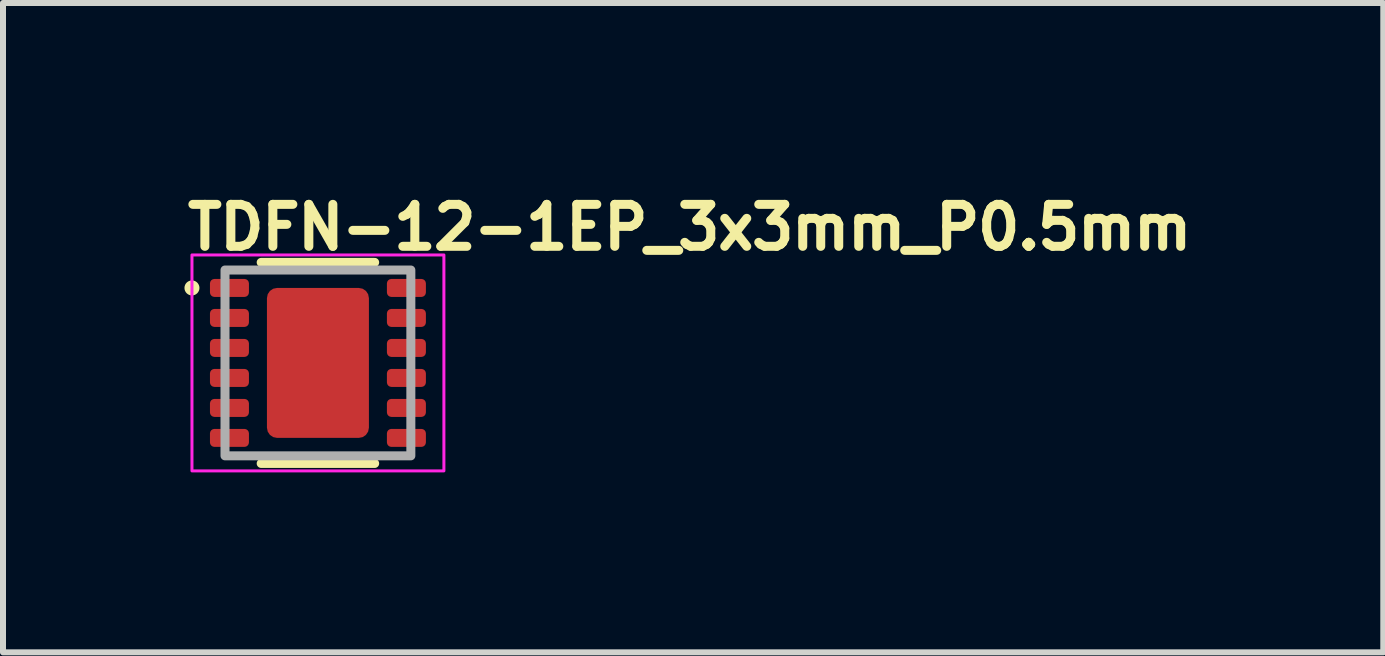
<source format=kicad_pcb>
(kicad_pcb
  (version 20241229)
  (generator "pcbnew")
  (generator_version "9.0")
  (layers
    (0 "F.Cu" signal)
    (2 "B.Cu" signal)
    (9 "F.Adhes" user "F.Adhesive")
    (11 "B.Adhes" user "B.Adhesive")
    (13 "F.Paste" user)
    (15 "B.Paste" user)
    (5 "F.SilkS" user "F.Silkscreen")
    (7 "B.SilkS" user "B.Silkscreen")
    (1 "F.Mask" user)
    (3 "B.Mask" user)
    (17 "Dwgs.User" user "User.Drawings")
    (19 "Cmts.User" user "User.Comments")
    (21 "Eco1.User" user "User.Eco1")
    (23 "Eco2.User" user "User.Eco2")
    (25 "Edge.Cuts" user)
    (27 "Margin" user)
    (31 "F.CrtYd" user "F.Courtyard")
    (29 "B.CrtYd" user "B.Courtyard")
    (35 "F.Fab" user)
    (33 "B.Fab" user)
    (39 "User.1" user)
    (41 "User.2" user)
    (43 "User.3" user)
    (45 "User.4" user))
  (footprint "TDFN-12-1EP_3x3mm_P0.5mm"
    (layer "F.Cu")
    (at 2.25 3)
    (property "Reference" "TDFN-12-1EP_3x3mm_P0.5mm" (at -2.25 -1.85 0) (unlocked yes) (layer "F.SilkS") (effects (font (size 0.7 0.7) (thickness 0.15)) (justify left bottom)))
    (attr smd)
    (fp_line (start -0.946 1.676) (end 0.946 1.676) (stroke (width 0.15) (type solid)) (layer "F.SilkS"))
    (fp_line (start 0.946 -1.676) (end -0.946 -1.676) (stroke (width 0.15) (type solid)) (layer "F.SilkS"))
    (fp_circle (center -2.1 -1.25) (end -2.05 -1.25) (stroke (width 0.15) (type solid)) (fill yes) (layer "F.SilkS"))
    (fp_rect (start -2.1 -1.8) (end 2.1 1.8) (stroke (width 0.05) (type solid)) (fill no) (layer "F.CrtYd"))
    (fp_rect (start -1.549 -1.549) (end 1.549 1.549) (stroke (width 0.15) (type solid)) (fill no) (layer "F.Fab"))
    (fp_rect (start -1.549 -1.549) (end 1.549 1.549) (stroke (width 0.1) (type solid)) (fill no) (layer "User.5"))
    (fp_line (start -1.549 -1.549) (end -1.549 1.549) (stroke (width 0.02) (type solid)) (layer "User.9"))
    (fp_line (start -1.549 1.549) (end 1.549 1.549) (stroke (width 0.02) (type solid)) (layer "User.9"))
    (fp_line (start -1.317 -1.25) (end -1.314 -1.226) (stroke (width 0.02) (type solid)) (layer "User.9"))
    (fp_line (start -1.314 -1.274) (end -1.317 -1.25) (stroke (width 0.02) (type solid)) (layer "User.9"))
    (fp_line (start -1.314 -1.226) (end -1.303 -1.204) (stroke (width 0.02) (type solid)) (layer "User.9"))
    (fp_line (start -1.303 -1.296) (end -1.314 -1.274) (stroke (width 0.02) (type solid)) (layer "User.9"))
    (fp_line (start -1.303 -1.204) (end -1.286 -1.187) (stroke (width 0.02) (type solid)) (layer "User.9"))
    (fp_line (start -1.286 -1.313) (end -1.303 -1.296) (stroke (width 0.02) (type solid)) (layer "User.9"))
    (fp_line (start -1.286 -1.187) (end -1.264 -1.176) (stroke (width 0.02) (type solid)) (layer "User.9"))
    (fp_line (start -1.264 -1.324) (end -1.286 -1.313) (stroke (width 0.02) (type solid)) (layer "User.9"))
    (fp_line (start -1.264 -1.176) (end -1.24 -1.173) (stroke (width 0.02) (type solid)) (layer "User.9"))
    (fp_line (start -1.24 -1.327) (end -1.264 -1.324) (stroke (width 0.02) (type solid)) (layer "User.9"))
    (fp_line (start -1.24 -1.173) (end -1.216 -1.176) (stroke (width 0.02) (type solid)) (layer "User.9"))
    (fp_line (start -1.216 -1.324) (end -1.24 -1.327) (stroke (width 0.02) (type solid)) (layer "User.9"))
    (fp_line (start -1.216 -1.176) (end -1.194 -1.187) (stroke (width 0.02) (type solid)) (layer "User.9"))
    (fp_line (start -1.194 -1.313) (end -1.216 -1.324) (stroke (width 0.02) (type solid)) (layer "User.9"))
    (fp_line (start -1.194 -1.187) (end -1.177 -1.204) (stroke (width 0.02) (type solid)) (layer "User.9"))
    (fp_line (start -1.177 -1.296) (end -1.194 -1.313) (stroke (width 0.02) (type solid)) (layer "User.9"))
    (fp_line (start -1.177 -1.204) (end -1.166 -1.226) (stroke (width 0.02) (type solid)) (layer "User.9"))
    (fp_line (start -1.166 -1.274) (end -1.177 -1.296) (stroke (width 0.02) (type solid)) (layer "User.9"))
    (fp_line (start -1.166 -1.226) (end -1.163 -1.25) (stroke (width 0.02) (type solid)) (layer "User.9"))
    (fp_line (start -1.163 -1.25) (end -1.166 -1.274) (stroke (width 0.02) (type solid)) (layer "User.9"))
    (fp_line (start 1.549 -1.549) (end -1.549 -1.549) (stroke (width 0.02) (type solid)) (layer "User.9"))
    (fp_line (start 1.549 1.549) (end 1.549 -1.549) (stroke (width 0.02) (type solid)) (layer "User.9"))
    (pad "1" smd roundrect (at -1.475 -1.25) (size 0.65 0.3) (layers "F.Cu" "F.Mask" "F.Paste") (roundrect_rratio 0.25))
    (pad "2" smd roundrect (at -1.475 -0.75) (size 0.65 0.3) (layers "F.Cu" "F.Mask" "F.Paste") (roundrect_rratio 0.25))
    (pad "3" smd roundrect (at -1.475 -0.25) (size 0.65 0.3) (layers "F.Cu" "F.Mask" "F.Paste") (roundrect_rratio 0.25))
    (pad "4" smd roundrect (at -1.475 0.25) (size 0.65 0.3) (layers "F.Cu" "F.Mask" "F.Paste") (roundrect_rratio 0.25))
    (pad "5" smd roundrect (at -1.475 0.75) (size 0.65 0.3) (layers "F.Cu" "F.Mask" "F.Paste") (roundrect_rratio 0.25))
    (pad "6" smd roundrect (at -1.475 1.25) (size 0.65 0.3) (layers "F.Cu" "F.Mask" "F.Paste") (roundrect_rratio 0.25))
    (pad "7" smd roundrect (at 1.475 1.25) (size 0.65 0.3) (layers "F.Cu" "F.Mask" "F.Paste") (roundrect_rratio 0.25))
    (pad "8" smd roundrect (at 1.475 0.75) (size 0.65 0.3) (layers "F.Cu" "F.Mask" "F.Paste") (roundrect_rratio 0.25))
    (pad "9" smd roundrect (at 1.475 0.25) (size 0.65 0.3) (layers "F.Cu" "F.Mask" "F.Paste") (roundrect_rratio 0.25))
    (pad "10" smd roundrect (at 1.475 -0.25) (size 0.65 0.3) (layers "F.Cu" "F.Mask" "F.Paste") (roundrect_rratio 0.25))
    (pad "11" smd roundrect (at 1.475 -0.75) (size 0.65 0.3) (layers "F.Cu" "F.Mask" "F.Paste") (roundrect_rratio 0.25))
    (pad "12" smd roundrect (at 1.475 -1.25) (size 0.65 0.3) (layers "F.Cu" "F.Mask" "F.Paste") (roundrect_rratio 0.25))
    (pad "13" smd roundrect (at 0 0) (size 1.7 2.5) (layers "F.Cu" "F.Mask" "F.Paste") (roundrect_rratio 0.1)))
  (gr_rect
    (start -3 -3)
    (end 20.01 7.825)
    (stroke (width 0.1) (type default))
    (fill no)
    (layer "Edge.Cuts")))
</source>
